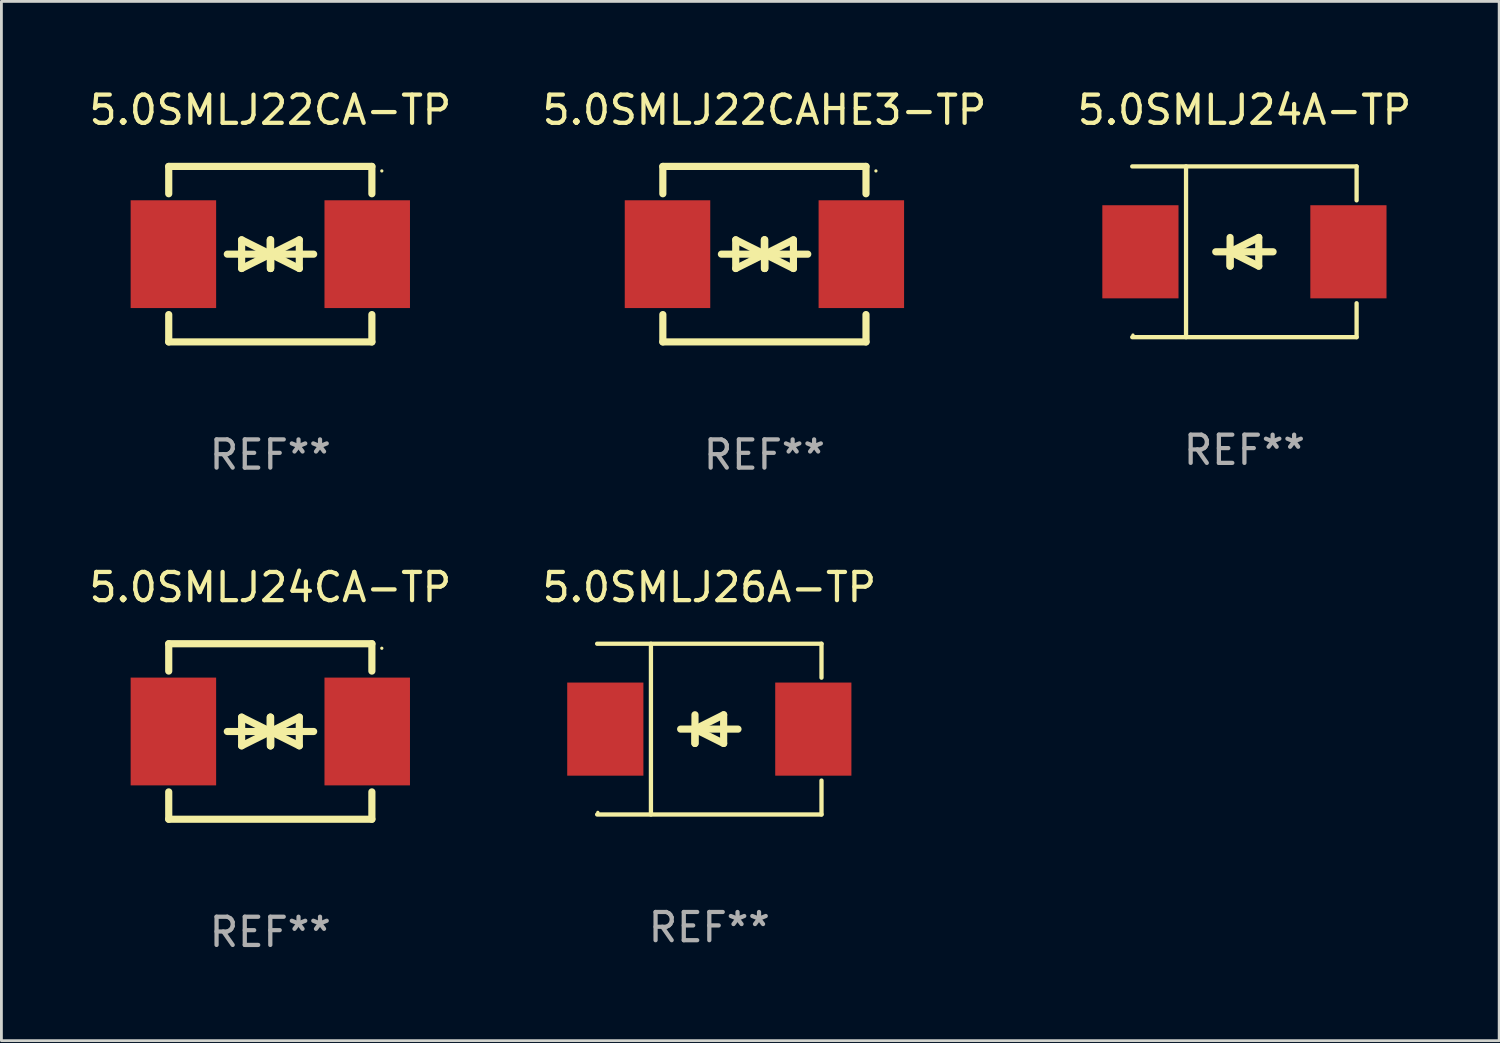
<source format=kicad_pcb>
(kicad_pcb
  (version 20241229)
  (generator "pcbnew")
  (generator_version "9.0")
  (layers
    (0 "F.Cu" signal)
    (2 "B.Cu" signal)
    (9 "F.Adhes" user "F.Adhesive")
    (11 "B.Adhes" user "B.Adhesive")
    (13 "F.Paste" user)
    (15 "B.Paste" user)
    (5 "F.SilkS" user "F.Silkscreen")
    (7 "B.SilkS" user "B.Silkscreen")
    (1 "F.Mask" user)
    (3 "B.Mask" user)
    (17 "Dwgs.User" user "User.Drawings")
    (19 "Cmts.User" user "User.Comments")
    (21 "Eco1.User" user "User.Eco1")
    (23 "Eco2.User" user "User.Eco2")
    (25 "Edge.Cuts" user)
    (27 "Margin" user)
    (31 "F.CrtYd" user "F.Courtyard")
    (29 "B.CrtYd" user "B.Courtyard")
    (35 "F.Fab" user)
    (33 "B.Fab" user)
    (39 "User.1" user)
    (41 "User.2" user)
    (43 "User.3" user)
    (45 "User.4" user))
  (footprint "5.0SMLJ24A-TP"
    (layer "F.Cu")
    (at 41.054 5.874)
    (property "Reference" "5.0SMLJ24A-TP" (at 0 -5.026 0) (layer "F.SilkS") (effects (font (size 1 1) (thickness 0.15))))
    (attr through_hole)
    (fp_line (start -3.976 -3.026) (end 3.976 -3.026) (stroke (width 0.152) (type solid)) (layer "F.SilkS"))
    (fp_line (start -3.976 3.026) (end 3.976 3.026) (stroke (width 0.152) (type solid)) (layer "F.SilkS"))
    (fp_line (start -2.069 -3.026) (end -2.069 3.026) (stroke (width 0.152) (type solid)) (layer "F.SilkS"))
    (fp_line (start -0.508 0) (end -0.508 0.508) (stroke (width 0.254) (type solid)) (layer "F.SilkS"))
    (fp_line (start -0.508 0) (end 0.508 0.508) (stroke (width 0.254) (type solid)) (layer "F.SilkS"))
    (fp_line (start -0.508 0.508) (end -0.508 -0.508) (stroke (width 0.254) (type solid)) (layer "F.SilkS"))
    (fp_line (start 0.508 -0.508) (end -0.508 0) (stroke (width 0.254) (type solid)) (layer "F.SilkS"))
    (fp_line (start 0.508 0.508) (end 0.508 -0.508) (stroke (width 0.254) (type solid)) (layer "F.SilkS"))
    (fp_line (start 1.016 0) (end -1.016 0) (stroke (width 0.254) (type solid)) (layer "F.SilkS"))
    (fp_line (start 3.976 -3.026) (end 3.976 -1.823) (stroke (width 0.152) (type solid)) (layer "F.SilkS"))
    (fp_line (start 3.976 3.026) (end 3.976 1.823) (stroke (width 0.152) (type solid)) (layer "F.SilkS"))
    (fp_circle (center -3.95 2.95) (end -3.92 2.95) (stroke (width 0.06) (type solid)) (fill no) (layer "F.SilkS"))
    (fp_text user "REF**" (at 0 7.026 0) (layer "F.Fab") (effects (font (size 1 1) (thickness 0.15))))
    (pad "1" smd rect (at -3.686 0) (size 2.7 3.3) (layers "F.Cu" "F.Mask" "F.Paste"))
    (pad "2" smd rect (at 3.686 0) (size 2.7 3.3) (layers "F.Cu" "F.Mask" "F.Paste")))
  (footprint "5.0SMLJ26A-TP"
    (layer "F.Cu")
    (at 22.089 22.791)
    (property "Reference" "5.0SMLJ26A-TP" (at 0 -5.026 0) (layer "F.SilkS") (effects (font (size 1 1) (thickness 0.15))))
    (attr through_hole)
    (fp_line (start -3.976 -3.026) (end 3.976 -3.026) (stroke (width 0.152) (type solid)) (layer "F.SilkS"))
    (fp_line (start -3.976 3.026) (end 3.976 3.026) (stroke (width 0.152) (type solid)) (layer "F.SilkS"))
    (fp_line (start -2.069 -3.026) (end -2.069 3.026) (stroke (width 0.152) (type solid)) (layer "F.SilkS"))
    (fp_line (start -0.508 0) (end -0.508 0.508) (stroke (width 0.254) (type solid)) (layer "F.SilkS"))
    (fp_line (start -0.508 0) (end 0.508 0.508) (stroke (width 0.254) (type solid)) (layer "F.SilkS"))
    (fp_line (start -0.508 0.508) (end -0.508 -0.508) (stroke (width 0.254) (type solid)) (layer "F.SilkS"))
    (fp_line (start 0.508 -0.508) (end -0.508 0) (stroke (width 0.254) (type solid)) (layer "F.SilkS"))
    (fp_line (start 0.508 0.508) (end 0.508 -0.508) (stroke (width 0.254) (type solid)) (layer "F.SilkS"))
    (fp_line (start 1.016 0) (end -1.016 0) (stroke (width 0.254) (type solid)) (layer "F.SilkS"))
    (fp_line (start 3.976 -3.026) (end 3.976 -1.823) (stroke (width 0.152) (type solid)) (layer "F.SilkS"))
    (fp_line (start 3.976 3.026) (end 3.976 1.823) (stroke (width 0.152) (type solid)) (layer "F.SilkS"))
    (fp_circle (center -3.95 2.95) (end -3.92 2.95) (stroke (width 0.06) (type solid)) (fill no) (layer "F.SilkS"))
    (fp_text user "REF**" (at 0 7.026 0) (layer "F.Fab") (effects (font (size 1 1) (thickness 0.15))))
    (pad "1" smd rect (at -3.686 0) (size 2.7 3.3) (layers "F.Cu" "F.Mask" "F.Paste"))
    (pad "2" smd rect (at 3.686 0) (size 2.7 3.3) (layers "F.Cu" "F.Mask" "F.Paste")))
  (footprint "5.0SMLJ22CA-TP"
    (layer "F.Cu")
    (at 6.53 5.958)
    (property "Reference" "5.0SMLJ22CA-TP" (at 0 -5.11 0) (layer "F.SilkS") (effects (font (size 1 1) (thickness 0.15))))
    (attr through_hole)
    (fp_line (start -3.6 -2.141) (end -3.6 -3.11) (stroke (width 0.254) (type solid)) (layer "F.SilkS"))
    (fp_line (start -3.6 3.11) (end -3.6 2.141) (stroke (width 0.254) (type solid)) (layer "F.SilkS"))
    (fp_line (start -1.524 0) (end 0.508 0) (stroke (width 0.254) (type solid)) (layer "F.SilkS"))
    (fp_line (start -1.016 -0.508) (end -1.016 0.508) (stroke (width 0.254) (type solid)) (layer "F.SilkS"))
    (fp_line (start -1.016 0.508) (end 0 0) (stroke (width 0.254) (type solid)) (layer "F.SilkS"))
    (fp_line (start 0 -0.508) (end 0 0.508) (stroke (width 0.254) (type solid)) (layer "F.SilkS"))
    (fp_line (start 0 0) (end -1.016 -0.508) (stroke (width 0.254) (type solid)) (layer "F.SilkS"))
    (fp_line (start 0 0) (end 0 -0.508) (stroke (width 0.254) (type solid)) (layer "F.SilkS"))
    (fp_line (start 0.012 0) (end 0.012 0.508) (stroke (width 0.254) (type solid)) (layer "F.SilkS"))
    (fp_line (start 0.012 0) (end 1.028 0.508) (stroke (width 0.254) (type solid)) (layer "F.SilkS"))
    (fp_line (start 0.012 0.508) (end 0.012 -0.508) (stroke (width 0.254) (type solid)) (layer "F.SilkS"))
    (fp_line (start 1.028 -0.508) (end 0.012 0) (stroke (width 0.254) (type solid)) (layer "F.SilkS"))
    (fp_line (start 1.028 0.508) (end 1.028 -0.508) (stroke (width 0.254) (type solid)) (layer "F.SilkS"))
    (fp_line (start 1.536 0) (end -0.496 0) (stroke (width 0.254) (type solid)) (layer "F.SilkS"))
    (fp_line (start 3.6 -3.11) (end -3.6 -3.11) (stroke (width 0.254) (type solid)) (layer "F.SilkS"))
    (fp_line (start 3.6 -2.141) (end 3.6 -3.11) (stroke (width 0.254) (type solid)) (layer "F.SilkS"))
    (fp_line (start 3.6 3.11) (end -3.6 3.11) (stroke (width 0.254) (type solid)) (layer "F.SilkS"))
    (fp_line (start 3.6 3.11) (end 3.6 2.141) (stroke (width 0.254) (type solid)) (layer "F.SilkS"))
    (fp_circle (center 3.952 -2.95) (end 3.982 -2.95) (stroke (width 0.06) (type solid)) (fill no) (layer "F.SilkS"))
    (fp_text user "REF**" (at 0 7.11 0) (layer "F.Fab") (effects (font (size 1 1) (thickness 0.15))))
    (pad "1" smd rect (at 3.435 0) (size 3.03 3.82) (layers "F.Cu" "F.Mask" "F.Paste"))
    (pad "2" smd rect (at -3.435 0) (size 3.03 3.82) (layers "F.Cu" "F.Mask" "F.Paste")))
  (footprint "5.0SMLJ22CAHE3-TP"
    (layer "F.Cu")
    (at 24.042 5.958)
    (property "Reference" "5.0SMLJ22CAHE3-TP" (at 0 -5.11 0) (layer "F.SilkS") (effects (font (size 1 1) (thickness 0.15))))
    (attr through_hole)
    (fp_line (start -3.6 -2.141) (end -3.6 -3.11) (stroke (width 0.254) (type solid)) (layer "F.SilkS"))
    (fp_line (start -3.6 3.11) (end -3.6 2.141) (stroke (width 0.254) (type solid)) (layer "F.SilkS"))
    (fp_line (start -1.524 0) (end 0.508 0) (stroke (width 0.254) (type solid)) (layer "F.SilkS"))
    (fp_line (start -1.016 -0.508) (end -1.016 0.508) (stroke (width 0.254) (type solid)) (layer "F.SilkS"))
    (fp_line (start -1.016 0.508) (end 0 0) (stroke (width 0.254) (type solid)) (layer "F.SilkS"))
    (fp_line (start 0 -0.508) (end 0 0.508) (stroke (width 0.254) (type solid)) (layer "F.SilkS"))
    (fp_line (start 0 0) (end -1.016 -0.508) (stroke (width 0.254) (type solid)) (layer "F.SilkS"))
    (fp_line (start 0 0) (end 0 -0.508) (stroke (width 0.254) (type solid)) (layer "F.SilkS"))
    (fp_line (start 0.012 0) (end 0.012 0.508) (stroke (width 0.254) (type solid)) (layer "F.SilkS"))
    (fp_line (start 0.012 0) (end 1.028 0.508) (stroke (width 0.254) (type solid)) (layer "F.SilkS"))
    (fp_line (start 0.012 0.508) (end 0.012 -0.508) (stroke (width 0.254) (type solid)) (layer "F.SilkS"))
    (fp_line (start 1.028 -0.508) (end 0.012 0) (stroke (width 0.254) (type solid)) (layer "F.SilkS"))
    (fp_line (start 1.028 0.508) (end 1.028 -0.508) (stroke (width 0.254) (type solid)) (layer "F.SilkS"))
    (fp_line (start 1.536 0) (end -0.496 0) (stroke (width 0.254) (type solid)) (layer "F.SilkS"))
    (fp_line (start 3.6 -3.11) (end -3.6 -3.11) (stroke (width 0.254) (type solid)) (layer "F.SilkS"))
    (fp_line (start 3.6 -2.141) (end 3.6 -3.11) (stroke (width 0.254) (type solid)) (layer "F.SilkS"))
    (fp_line (start 3.6 3.11) (end -3.6 3.11) (stroke (width 0.254) (type solid)) (layer "F.SilkS"))
    (fp_line (start 3.6 3.11) (end 3.6 2.141) (stroke (width 0.254) (type solid)) (layer "F.SilkS"))
    (fp_circle (center 3.952 -2.95) (end 3.982 -2.95) (stroke (width 0.06) (type solid)) (fill no) (layer "F.SilkS"))
    (fp_text user "REF**" (at 0 7.11 0) (layer "F.Fab") (effects (font (size 1 1) (thickness 0.15))))
    (pad "1" smd rect (at 3.435 0) (size 3.03 3.82) (layers "F.Cu" "F.Mask" "F.Paste"))
    (pad "2" smd rect (at -3.435 0) (size 3.03 3.82) (layers "F.Cu" "F.Mask" "F.Paste")))
  (footprint "5.0SMLJ24CA-TP"
    (layer "F.Cu")
    (at 6.53 22.875)
    (property "Reference" "5.0SMLJ24CA-TP" (at 0 -5.11 0) (layer "F.SilkS") (effects (font (size 1 1) (thickness 0.15))))
    (attr through_hole)
    (fp_line (start -3.6 -2.141) (end -3.6 -3.11) (stroke (width 0.254) (type solid)) (layer "F.SilkS"))
    (fp_line (start -3.6 3.11) (end -3.6 2.141) (stroke (width 0.254) (type solid)) (layer "F.SilkS"))
    (fp_line (start -1.524 0) (end 0.508 0) (stroke (width 0.254) (type solid)) (layer "F.SilkS"))
    (fp_line (start -1.016 -0.508) (end -1.016 0.508) (stroke (width 0.254) (type solid)) (layer "F.SilkS"))
    (fp_line (start -1.016 0.508) (end 0 0) (stroke (width 0.254) (type solid)) (layer "F.SilkS"))
    (fp_line (start 0 -0.508) (end 0 0.508) (stroke (width 0.254) (type solid)) (layer "F.SilkS"))
    (fp_line (start 0 0) (end -1.016 -0.508) (stroke (width 0.254) (type solid)) (layer "F.SilkS"))
    (fp_line (start 0 0) (end 0 -0.508) (stroke (width 0.254) (type solid)) (layer "F.SilkS"))
    (fp_line (start 0.012 0) (end 0.012 0.508) (stroke (width 0.254) (type solid)) (layer "F.SilkS"))
    (fp_line (start 0.012 0) (end 1.028 0.508) (stroke (width 0.254) (type solid)) (layer "F.SilkS"))
    (fp_line (start 0.012 0.508) (end 0.012 -0.508) (stroke (width 0.254) (type solid)) (layer "F.SilkS"))
    (fp_line (start 1.028 -0.508) (end 0.012 0) (stroke (width 0.254) (type solid)) (layer "F.SilkS"))
    (fp_line (start 1.028 0.508) (end 1.028 -0.508) (stroke (width 0.254) (type solid)) (layer "F.SilkS"))
    (fp_line (start 1.536 0) (end -0.496 0) (stroke (width 0.254) (type solid)) (layer "F.SilkS"))
    (fp_line (start 3.6 -3.11) (end -3.6 -3.11) (stroke (width 0.254) (type solid)) (layer "F.SilkS"))
    (fp_line (start 3.6 -2.141) (end 3.6 -3.11) (stroke (width 0.254) (type solid)) (layer "F.SilkS"))
    (fp_line (start 3.6 3.11) (end -3.6 3.11) (stroke (width 0.254) (type solid)) (layer "F.SilkS"))
    (fp_line (start 3.6 3.11) (end 3.6 2.141) (stroke (width 0.254) (type solid)) (layer "F.SilkS"))
    (fp_circle (center 3.952 -2.95) (end 3.982 -2.95) (stroke (width 0.06) (type solid)) (fill no) (layer "F.SilkS"))
    (fp_text user "REF**" (at 0 7.11 0) (layer "F.Fab") (effects (font (size 1 1) (thickness 0.15))))
    (pad "1" smd rect (at 3.435 0) (size 3.03 3.82) (layers "F.Cu" "F.Mask" "F.Paste"))
    (pad "2" smd rect (at -3.435 0) (size 3.03 3.82) (layers "F.Cu" "F.Mask" "F.Paste")))
  (gr_rect
    (start -3 -3)
    (end 50.083 33.833)
    (stroke (width 0.1) (type default))
    (fill no)
    (layer "Edge.Cuts")))
</source>
